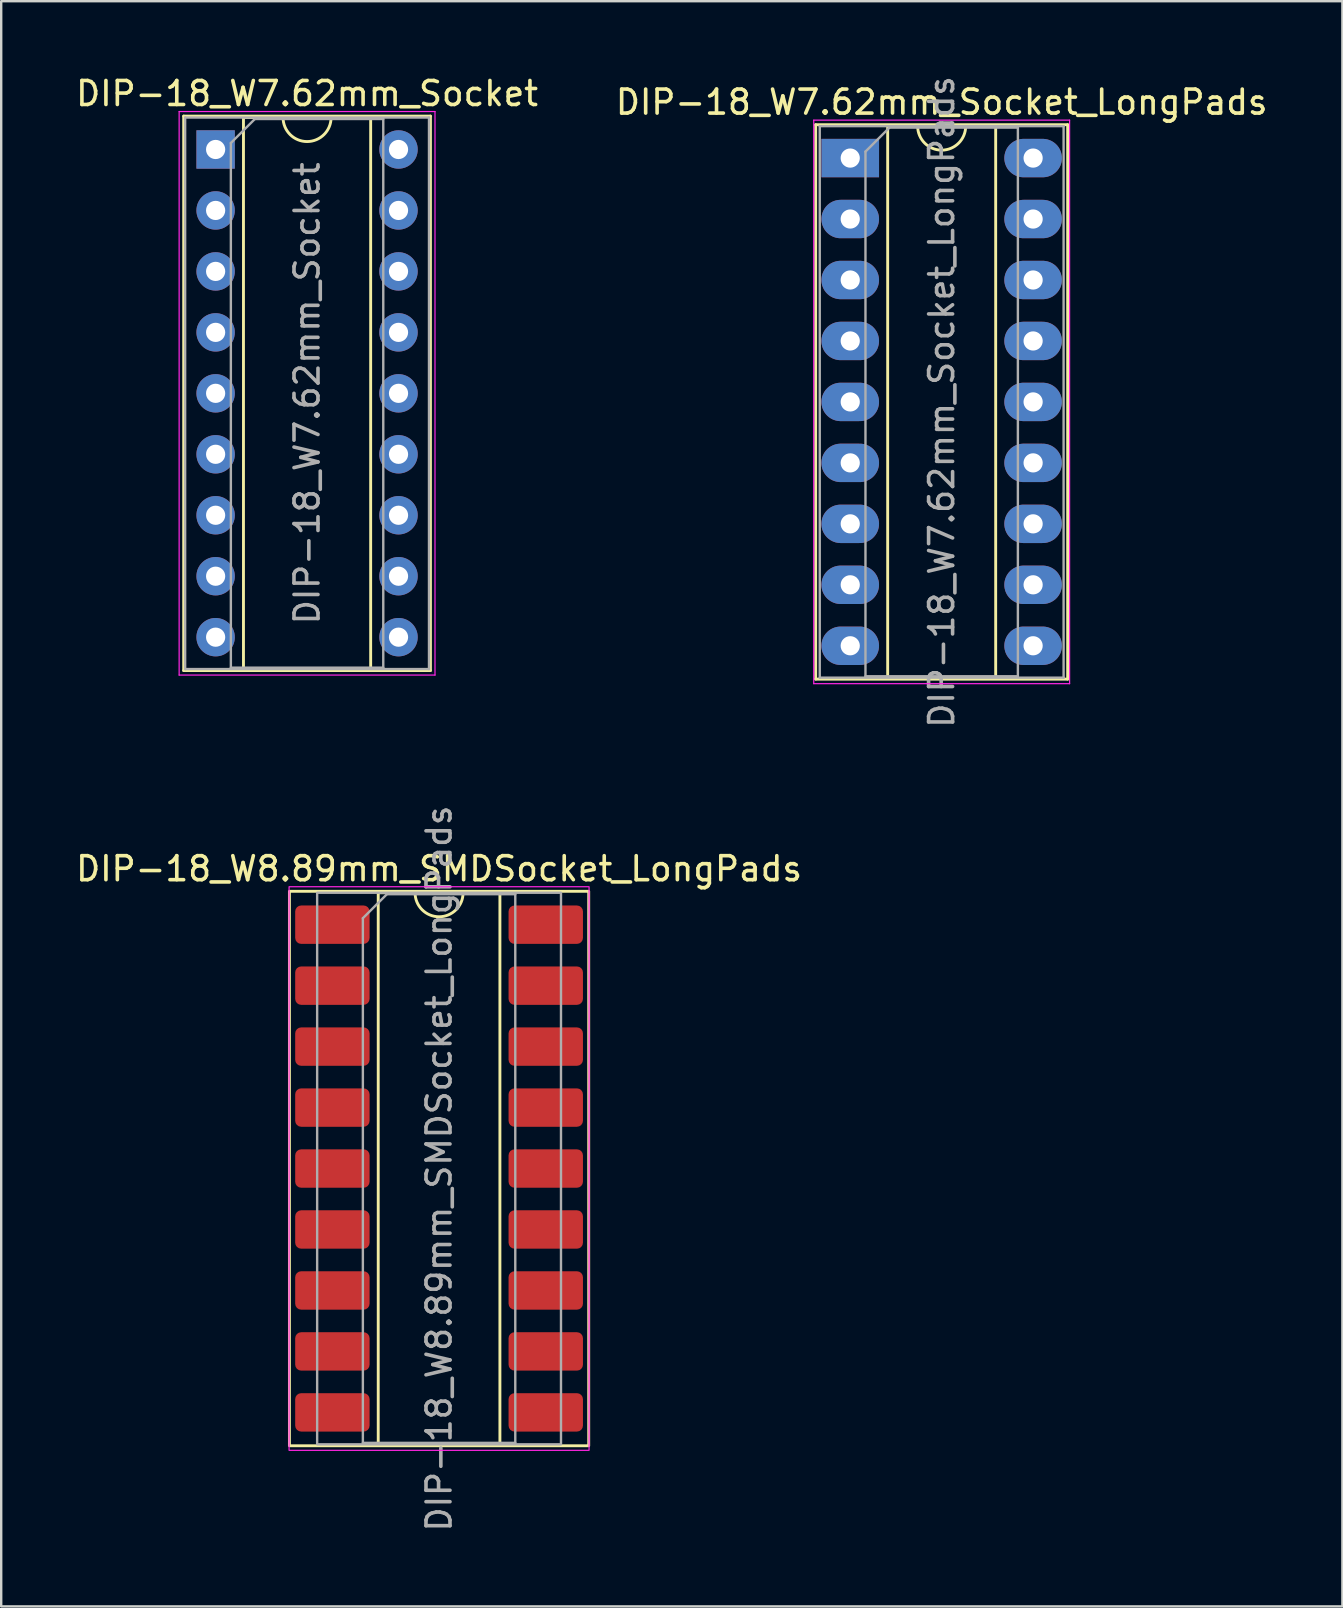
<source format=kicad_pcb>
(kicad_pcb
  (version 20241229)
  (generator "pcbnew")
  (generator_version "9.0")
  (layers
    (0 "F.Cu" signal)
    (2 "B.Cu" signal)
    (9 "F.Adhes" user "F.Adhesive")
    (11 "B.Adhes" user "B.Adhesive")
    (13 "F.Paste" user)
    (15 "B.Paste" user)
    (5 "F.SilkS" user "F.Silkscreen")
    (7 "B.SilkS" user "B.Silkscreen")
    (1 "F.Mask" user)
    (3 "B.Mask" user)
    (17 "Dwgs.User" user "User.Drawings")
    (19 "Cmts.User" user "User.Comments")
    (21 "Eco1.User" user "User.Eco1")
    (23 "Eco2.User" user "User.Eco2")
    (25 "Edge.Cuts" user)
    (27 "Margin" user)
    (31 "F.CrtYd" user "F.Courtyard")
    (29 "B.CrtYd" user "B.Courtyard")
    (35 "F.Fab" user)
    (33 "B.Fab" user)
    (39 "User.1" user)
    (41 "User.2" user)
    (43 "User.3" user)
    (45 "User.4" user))
  (footprint "DIP-18_W8.89mm_SMDSocket_LongPads"
    (layer "F.Cu")
    (at 15.244 45.637)
    (property "Reference" "DIP-18_W8.89mm_SMDSocket_LongPads" (at 0 -12.49 0) (layer "F.SilkS") (effects (font (size 1 1) (thickness 0.15))))
    (attr smd)
    (fp_line (start -2.535 -11.49) (end -2.535 11.49) (stroke (width 0.12) (type solid)) (layer "F.SilkS"))
    (fp_line (start -2.535 11.49) (end 2.535 11.49) (stroke (width 0.12) (type solid)) (layer "F.SilkS"))
    (fp_line (start -1 -11.49) (end -2.535 -11.49) (stroke (width 0.12) (type solid)) (layer "F.SilkS"))
    (fp_line (start 2.535 -11.49) (end 1 -11.49) (stroke (width 0.12) (type solid)) (layer "F.SilkS"))
    (fp_line (start 2.535 11.49) (end 2.535 -11.49) (stroke (width 0.12) (type solid)) (layer "F.SilkS"))
    (fp_rect (start -6.235 -11.55) (end 6.235 11.55) (stroke (width 0.12) (type solid)) (fill no) (layer "F.SilkS"))
    (fp_arc (start 1 -11.49) (mid 0 -10.49) (end -1 -11.49) (stroke (width 0.12) (type solid)) (layer "F.SilkS"))
    (fp_rect (start -6.25 -11.74) (end 6.25 11.74) (stroke (width 0.05) (type solid)) (fill no) (layer "F.CrtYd"))
    (fp_line (start -3.175 -10.43) (end -2.175 -11.43) (stroke (width 0.1) (type solid)) (layer "F.Fab"))
    (fp_line (start -3.175 11.43) (end -3.175 -10.43) (stroke (width 0.1) (type solid)) (layer "F.Fab"))
    (fp_line (start -2.175 -11.43) (end 3.175 -11.43) (stroke (width 0.1) (type solid)) (layer "F.Fab"))
    (fp_line (start 3.175 -11.43) (end 3.175 11.43) (stroke (width 0.1) (type solid)) (layer "F.Fab"))
    (fp_line (start 3.175 11.43) (end -3.175 11.43) (stroke (width 0.1) (type solid)) (layer "F.Fab"))
    (fp_rect (start -5.08 -11.49) (end 5.08 11.49) (stroke (width 0.1) (type solid)) (fill no) (layer "F.Fab"))
    (fp_text user "${REFERENCE}" (at 0 0 90) (layer "F.Fab") (effects (font (size 1 1) (thickness 0.15))))
    (pad "1" smd roundrect (at -4.445 -10.16) (size 3.1 1.6) (layers "F.Cu" "F.Mask" "F.Paste") (roundrect_rratio 0.156))
    (pad "2" smd roundrect (at -4.445 -7.62) (size 3.1 1.6) (layers "F.Cu" "F.Mask" "F.Paste") (roundrect_rratio 0.156))
    (pad "3" smd roundrect (at -4.445 -5.08) (size 3.1 1.6) (layers "F.Cu" "F.Mask" "F.Paste") (roundrect_rratio 0.156))
    (pad "4" smd roundrect (at -4.445 -2.54) (size 3.1 1.6) (layers "F.Cu" "F.Mask" "F.Paste") (roundrect_rratio 0.156))
    (pad "5" smd roundrect (at -4.445 0) (size 3.1 1.6) (layers "F.Cu" "F.Mask" "F.Paste") (roundrect_rratio 0.156))
    (pad "6" smd roundrect (at -4.445 2.54) (size 3.1 1.6) (layers "F.Cu" "F.Mask" "F.Paste") (roundrect_rratio 0.156))
    (pad "7" smd roundrect (at -4.445 5.08) (size 3.1 1.6) (layers "F.Cu" "F.Mask" "F.Paste") (roundrect_rratio 0.156))
    (pad "8" smd roundrect (at -4.445 7.62) (size 3.1 1.6) (layers "F.Cu" "F.Mask" "F.Paste") (roundrect_rratio 0.156))
    (pad "9" smd roundrect (at -4.445 10.16) (size 3.1 1.6) (layers "F.Cu" "F.Mask" "F.Paste") (roundrect_rratio 0.156))
    (pad "10" smd roundrect (at 4.445 10.16) (size 3.1 1.6) (layers "F.Cu" "F.Mask" "F.Paste") (roundrect_rratio 0.156))
    (pad "11" smd roundrect (at 4.445 7.62) (size 3.1 1.6) (layers "F.Cu" "F.Mask" "F.Paste") (roundrect_rratio 0.156))
    (pad "12" smd roundrect (at 4.445 5.08) (size 3.1 1.6) (layers "F.Cu" "F.Mask" "F.Paste") (roundrect_rratio 0.156))
    (pad "13" smd roundrect (at 4.445 2.54) (size 3.1 1.6) (layers "F.Cu" "F.Mask" "F.Paste") (roundrect_rratio 0.156))
    (pad "14" smd roundrect (at 4.445 0) (size 3.1 1.6) (layers "F.Cu" "F.Mask" "F.Paste") (roundrect_rratio 0.156))
    (pad "15" smd roundrect (at 4.445 -2.54) (size 3.1 1.6) (layers "F.Cu" "F.Mask" "F.Paste") (roundrect_rratio 0.156))
    (pad "16" smd roundrect (at 4.445 -5.08) (size 3.1 1.6) (layers "F.Cu" "F.Mask" "F.Paste") (roundrect_rratio 0.156))
    (pad "17" smd roundrect (at 4.445 -7.62) (size 3.1 1.6) (layers "F.Cu" "F.Mask" "F.Paste") (roundrect_rratio 0.156))
    (pad "18" smd roundrect (at 4.445 -10.16) (size 3.1 1.6) (layers "F.Cu" "F.Mask" "F.Paste") (roundrect_rratio 0.156)))
  (footprint "DIP-18_W7.62mm_Socket"
    (layer "F.Cu")
    (at 5.934 3.178)
    (property "Reference" "DIP-18_W7.62mm_Socket" (at 3.81 -2.33 0) (layer "F.SilkS") (effects (font (size 1 1) (thickness 0.15))))
    (attr through_hole)
    (fp_line (start -1.33 -1.39) (end -1.33 21.71) (stroke (width 0.12) (type solid)) (layer "F.SilkS"))
    (fp_line (start -1.33 21.71) (end 8.95 21.71) (stroke (width 0.12) (type solid)) (layer "F.SilkS"))
    (fp_line (start 1.16 -1.33) (end 1.16 21.65) (stroke (width 0.12) (type solid)) (layer "F.SilkS"))
    (fp_line (start 1.16 21.65) (end 6.46 21.65) (stroke (width 0.12) (type solid)) (layer "F.SilkS"))
    (fp_line (start 2.81 -1.33) (end 1.16 -1.33) (stroke (width 0.12) (type solid)) (layer "F.SilkS"))
    (fp_line (start 6.46 -1.33) (end 4.81 -1.33) (stroke (width 0.12) (type solid)) (layer "F.SilkS"))
    (fp_line (start 6.46 21.65) (end 6.46 -1.33) (stroke (width 0.12) (type solid)) (layer "F.SilkS"))
    (fp_line (start 8.95 -1.39) (end -1.33 -1.39) (stroke (width 0.12) (type solid)) (layer "F.SilkS"))
    (fp_line (start 8.95 21.71) (end 8.95 -1.39) (stroke (width 0.12) (type solid)) (layer "F.SilkS"))
    (fp_arc (start 4.81 -1.33) (mid 3.81 -0.33) (end 2.81 -1.33) (stroke (width 0.12) (type solid)) (layer "F.SilkS"))
    (fp_line (start -1.52 -1.58) (end -1.52 21.9) (stroke (width 0.05) (type solid)) (layer "F.CrtYd"))
    (fp_line (start -1.52 21.9) (end 9.14 21.9) (stroke (width 0.05) (type solid)) (layer "F.CrtYd"))
    (fp_line (start 9.14 -1.58) (end -1.52 -1.58) (stroke (width 0.05) (type solid)) (layer "F.CrtYd"))
    (fp_line (start 9.14 21.9) (end 9.14 -1.58) (stroke (width 0.05) (type solid)) (layer "F.CrtYd"))
    (fp_line (start -1.27 -1.33) (end -1.27 21.65) (stroke (width 0.1) (type solid)) (layer "F.Fab"))
    (fp_line (start -1.27 21.65) (end 8.89 21.65) (stroke (width 0.1) (type solid)) (layer "F.Fab"))
    (fp_line (start 0.635 -0.27) (end 1.635 -1.27) (stroke (width 0.1) (type solid)) (layer "F.Fab"))
    (fp_line (start 0.635 21.59) (end 0.635 -0.27) (stroke (width 0.1) (type solid)) (layer "F.Fab"))
    (fp_line (start 1.635 -1.27) (end 6.985 -1.27) (stroke (width 0.1) (type solid)) (layer "F.Fab"))
    (fp_line (start 6.985 -1.27) (end 6.985 21.59) (stroke (width 0.1) (type solid)) (layer "F.Fab"))
    (fp_line (start 6.985 21.59) (end 0.635 21.59) (stroke (width 0.1) (type solid)) (layer "F.Fab"))
    (fp_line (start 8.89 -1.33) (end -1.27 -1.33) (stroke (width 0.1) (type solid)) (layer "F.Fab"))
    (fp_line (start 8.89 21.65) (end 8.89 -1.33) (stroke (width 0.1) (type solid)) (layer "F.Fab"))
    (fp_text user "${REFERENCE}" (at 3.81 10.16 90) (layer "F.Fab") (effects (font (size 1 1) (thickness 0.15))))
    (pad "1" thru_hole rect (at 0 0) (size 1.6 1.6) (drill 0.8) (layers "*.Cu" "*.Mask"))
    (pad "2" thru_hole circle (at 0 2.54) (size 1.6 1.6) (drill 0.8) (layers "*.Cu" "*.Mask"))
    (pad "3" thru_hole circle (at 0 5.08) (size 1.6 1.6) (drill 0.8) (layers "*.Cu" "*.Mask"))
    (pad "4" thru_hole circle (at 0 7.62) (size 1.6 1.6) (drill 0.8) (layers "*.Cu" "*.Mask"))
    (pad "5" thru_hole circle (at 0 10.16) (size 1.6 1.6) (drill 0.8) (layers "*.Cu" "*.Mask"))
    (pad "6" thru_hole circle (at 0 12.7) (size 1.6 1.6) (drill 0.8) (layers "*.Cu" "*.Mask"))
    (pad "7" thru_hole circle (at 0 15.24) (size 1.6 1.6) (drill 0.8) (layers "*.Cu" "*.Mask"))
    (pad "8" thru_hole circle (at 0 17.78) (size 1.6 1.6) (drill 0.8) (layers "*.Cu" "*.Mask"))
    (pad "9" thru_hole circle (at 0 20.32) (size 1.6 1.6) (drill 0.8) (layers "*.Cu" "*.Mask"))
    (pad "10" thru_hole circle (at 7.62 20.32) (size 1.6 1.6) (drill 0.8) (layers "*.Cu" "*.Mask"))
    (pad "11" thru_hole circle (at 7.62 17.78) (size 1.6 1.6) (drill 0.8) (layers "*.Cu" "*.Mask"))
    (pad "12" thru_hole circle (at 7.62 15.24) (size 1.6 1.6) (drill 0.8) (layers "*.Cu" "*.Mask"))
    (pad "13" thru_hole circle (at 7.62 12.7) (size 1.6 1.6) (drill 0.8) (layers "*.Cu" "*.Mask"))
    (pad "14" thru_hole circle (at 7.62 10.16) (size 1.6 1.6) (drill 0.8) (layers "*.Cu" "*.Mask"))
    (pad "15" thru_hole circle (at 7.62 7.62) (size 1.6 1.6) (drill 0.8) (layers "*.Cu" "*.Mask"))
    (pad "16" thru_hole circle (at 7.62 5.08) (size 1.6 1.6) (drill 0.8) (layers "*.Cu" "*.Mask"))
    (pad "17" thru_hole circle (at 7.62 2.54) (size 1.6 1.6) (drill 0.8) (layers "*.Cu" "*.Mask"))
    (pad "18" thru_hole circle (at 7.62 0) (size 1.6 1.6) (drill 0.8) (layers "*.Cu" "*.Mask")))
  (footprint "DIP-18_W7.62mm_Socket_LongPads"
    (layer "F.Cu")
    (at 32.375 3.536)
    (property "Reference" "DIP-18_W7.62mm_Socket_LongPads" (at 3.81 -2.33 0) (layer "F.SilkS") (effects (font (size 1 1) (thickness 0.15))))
    (attr through_hole)
    (fp_line (start -1.44 -1.39) (end -1.44 21.71) (stroke (width 0.12) (type solid)) (layer "F.SilkS"))
    (fp_line (start -1.44 21.71) (end 9.06 21.71) (stroke (width 0.12) (type solid)) (layer "F.SilkS"))
    (fp_line (start 1.56 -1.33) (end 1.56 21.65) (stroke (width 0.12) (type solid)) (layer "F.SilkS"))
    (fp_line (start 1.56 21.65) (end 6.06 21.65) (stroke (width 0.12) (type solid)) (layer "F.SilkS"))
    (fp_line (start 2.81 -1.33) (end 1.56 -1.33) (stroke (width 0.12) (type solid)) (layer "F.SilkS"))
    (fp_line (start 6.06 -1.33) (end 4.81 -1.33) (stroke (width 0.12) (type solid)) (layer "F.SilkS"))
    (fp_line (start 6.06 21.65) (end 6.06 -1.33) (stroke (width 0.12) (type solid)) (layer "F.SilkS"))
    (fp_line (start 9.06 -1.39) (end -1.44 -1.39) (stroke (width 0.12) (type solid)) (layer "F.SilkS"))
    (fp_line (start 9.06 21.71) (end 9.06 -1.39) (stroke (width 0.12) (type solid)) (layer "F.SilkS"))
    (fp_arc (start 4.81 -1.33) (mid 3.81 -0.33) (end 2.81 -1.33) (stroke (width 0.12) (type solid)) (layer "F.SilkS"))
    (fp_line (start -1.52 -1.58) (end -1.52 21.9) (stroke (width 0.05) (type solid)) (layer "F.CrtYd"))
    (fp_line (start -1.52 21.9) (end 9.14 21.9) (stroke (width 0.05) (type solid)) (layer "F.CrtYd"))
    (fp_line (start 9.14 -1.58) (end -1.52 -1.58) (stroke (width 0.05) (type solid)) (layer "F.CrtYd"))
    (fp_line (start 9.14 21.9) (end 9.14 -1.58) (stroke (width 0.05) (type solid)) (layer "F.CrtYd"))
    (fp_line (start -1.27 -1.33) (end -1.27 21.65) (stroke (width 0.1) (type solid)) (layer "F.Fab"))
    (fp_line (start -1.27 21.65) (end 8.89 21.65) (stroke (width 0.1) (type solid)) (layer "F.Fab"))
    (fp_line (start 0.635 -0.27) (end 1.635 -1.27) (stroke (width 0.1) (type solid)) (layer "F.Fab"))
    (fp_line (start 0.635 21.59) (end 0.635 -0.27) (stroke (width 0.1) (type solid)) (layer "F.Fab"))
    (fp_line (start 1.635 -1.27) (end 6.985 -1.27) (stroke (width 0.1) (type solid)) (layer "F.Fab"))
    (fp_line (start 6.985 -1.27) (end 6.985 21.59) (stroke (width 0.1) (type solid)) (layer "F.Fab"))
    (fp_line (start 6.985 21.59) (end 0.635 21.59) (stroke (width 0.1) (type solid)) (layer "F.Fab"))
    (fp_line (start 8.89 -1.33) (end -1.27 -1.33) (stroke (width 0.1) (type solid)) (layer "F.Fab"))
    (fp_line (start 8.89 21.65) (end 8.89 -1.33) (stroke (width 0.1) (type solid)) (layer "F.Fab"))
    (fp_text user "${REFERENCE}" (at 3.81 10.16 90) (layer "F.Fab") (effects (font (size 1 1) (thickness 0.15))))
    (pad "1" thru_hole rect (at 0 0) (size 2.4 1.6) (drill 0.8) (layers "*.Cu" "*.Mask"))
    (pad "2" thru_hole oval (at 0 2.54) (size 2.4 1.6) (drill 0.8) (layers "*.Cu" "*.Mask"))
    (pad "3" thru_hole oval (at 0 5.08) (size 2.4 1.6) (drill 0.8) (layers "*.Cu" "*.Mask"))
    (pad "4" thru_hole oval (at 0 7.62) (size 2.4 1.6) (drill 0.8) (layers "*.Cu" "*.Mask"))
    (pad "5" thru_hole oval (at 0 10.16) (size 2.4 1.6) (drill 0.8) (layers "*.Cu" "*.Mask"))
    (pad "6" thru_hole oval (at 0 12.7) (size 2.4 1.6) (drill 0.8) (layers "*.Cu" "*.Mask"))
    (pad "7" thru_hole oval (at 0 15.24) (size 2.4 1.6) (drill 0.8) (layers "*.Cu" "*.Mask"))
    (pad "8" thru_hole oval (at 0 17.78) (size 2.4 1.6) (drill 0.8) (layers "*.Cu" "*.Mask"))
    (pad "9" thru_hole oval (at 0 20.32) (size 2.4 1.6) (drill 0.8) (layers "*.Cu" "*.Mask"))
    (pad "10" thru_hole oval (at 7.62 20.32) (size 2.4 1.6) (drill 0.8) (layers "*.Cu" "*.Mask"))
    (pad "11" thru_hole oval (at 7.62 17.78) (size 2.4 1.6) (drill 0.8) (layers "*.Cu" "*.Mask"))
    (pad "12" thru_hole oval (at 7.62 15.24) (size 2.4 1.6) (drill 0.8) (layers "*.Cu" "*.Mask"))
    (pad "13" thru_hole oval (at 7.62 12.7) (size 2.4 1.6) (drill 0.8) (layers "*.Cu" "*.Mask"))
    (pad "14" thru_hole oval (at 7.62 10.16) (size 2.4 1.6) (drill 0.8) (layers "*.Cu" "*.Mask"))
    (pad "15" thru_hole oval (at 7.62 7.62) (size 2.4 1.6) (drill 0.8) (layers "*.Cu" "*.Mask"))
    (pad "16" thru_hole oval (at 7.62 5.08) (size 2.4 1.6) (drill 0.8) (layers "*.Cu" "*.Mask"))
    (pad "17" thru_hole oval (at 7.62 2.54) (size 2.4 1.6) (drill 0.8) (layers "*.Cu" "*.Mask"))
    (pad "18" thru_hole oval (at 7.62 0) (size 2.4 1.6) (drill 0.8) (layers "*.Cu" "*.Mask")))
  (gr_rect
    (start -3 -3)
    (end 52.881 63.881)
    (stroke (width 0.1) (type default))
    (fill no)
    (layer "Edge.Cuts")))
</source>
